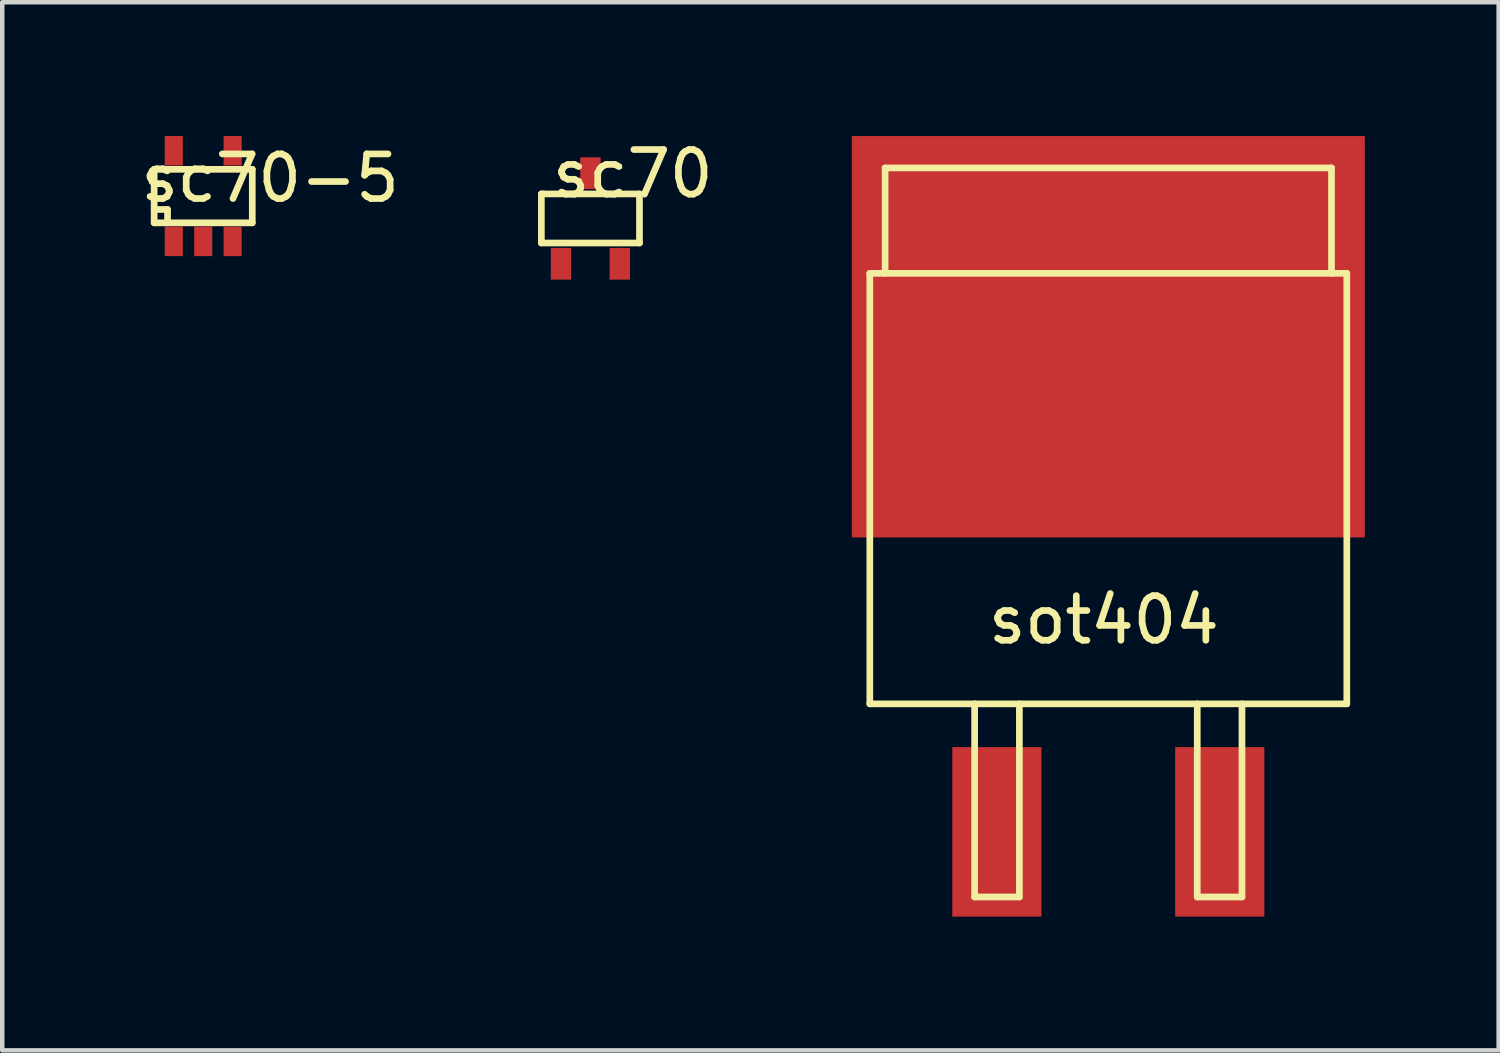
<source format=kicad_pcb>
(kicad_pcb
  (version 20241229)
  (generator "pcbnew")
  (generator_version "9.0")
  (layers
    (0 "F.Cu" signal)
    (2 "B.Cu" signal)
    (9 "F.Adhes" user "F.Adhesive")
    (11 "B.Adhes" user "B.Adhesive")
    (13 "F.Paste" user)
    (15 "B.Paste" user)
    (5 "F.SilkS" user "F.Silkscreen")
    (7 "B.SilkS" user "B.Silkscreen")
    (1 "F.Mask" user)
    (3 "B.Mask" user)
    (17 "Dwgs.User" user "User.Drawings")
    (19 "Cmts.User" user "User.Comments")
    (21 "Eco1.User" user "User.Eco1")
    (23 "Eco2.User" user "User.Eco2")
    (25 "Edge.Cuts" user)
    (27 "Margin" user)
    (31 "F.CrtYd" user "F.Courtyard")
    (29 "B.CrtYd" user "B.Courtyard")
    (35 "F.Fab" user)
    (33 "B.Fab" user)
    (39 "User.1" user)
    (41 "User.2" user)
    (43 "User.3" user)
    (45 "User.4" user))
  (footprint "sc70-5"
    (layer "F.Cu")
    (at 1.506 1.346)
    (property "Reference" "sc70-5" (at 1.5 -0.4 0) (layer "F.SilkS") (effects (font (size 1 1) (thickness 0.15))))
    (attr smd)
    (fp_line (start -1.1 -0.6) (end -1.1 0.6) (stroke (width 0.15) (type solid)) (layer "F.SilkS"))
    (fp_line (start -1.1 0.3) (end -0.8 0.3) (stroke (width 0.15) (type solid)) (layer "F.SilkS"))
    (fp_line (start -1.1 0.6) (end 1.1 0.6) (stroke (width 0.15) (type solid)) (layer "F.SilkS"))
    (fp_line (start -0.8 0.3) (end -0.8 0.6) (stroke (width 0.15) (type solid)) (layer "F.SilkS"))
    (fp_line (start 1.1 -0.6) (end -1.1 -0.6) (stroke (width 0.15) (type solid)) (layer "F.SilkS"))
    (fp_line (start 1.1 0.6) (end 1.1 -0.6) (stroke (width 0.15) (type solid)) (layer "F.SilkS"))
    (pad "1" smd rect (at -0.66 1.016) (size 0.406 0.66) (layers "F.Cu" "F.Mask" "F.Paste"))
    (pad "2" smd rect (at 0 1.016) (size 0.406 0.66) (layers "F.Cu" "F.Mask" "F.Paste"))
    (pad "3" smd rect (at 0.66 1.016) (size 0.406 0.66) (layers "F.Cu" "F.Mask" "F.Paste"))
    (pad "4" smd rect (at 0.66 -1.016) (size 0.406 0.66) (layers "F.Cu" "F.Mask" "F.Paste"))
    (pad "5" smd rect (at -0.66 -1.016) (size 0.406 0.66) (layers "F.Cu" "F.Mask" "F.Paste")))
  (footprint "sc70"
    (layer "F.Cu")
    (at 10.187 1.848)
    (property "Reference" "sc70" (at 0.95 -1 0) (layer "F.SilkS") (effects (font (size 1 1) (thickness 0.15))))
    (attr smd)
    (fp_line (start -1.1 -0.55) (end -1.1 0.55) (stroke (width 0.15) (type solid)) (layer "F.SilkS"))
    (fp_line (start -1.1 0.55) (end 1.1 0.55) (stroke (width 0.15) (type solid)) (layer "F.SilkS"))
    (fp_line (start -1.05 -0.55) (end -1.1 -0.55) (stroke (width 0.15) (type solid)) (layer "F.SilkS"))
    (fp_line (start 1.1 -0.55) (end -1.05 -0.55) (stroke (width 0.15) (type solid)) (layer "F.SilkS"))
    (fp_line (start 1.1 0.55) (end 1.1 -0.55) (stroke (width 0.15) (type solid)) (layer "F.SilkS"))
    (pad "1" smd rect (at -0.66 1.016) (size 0.457 0.711) (layers "F.Cu" "F.Mask" "F.Paste"))
    (pad "2" smd rect (at 0.66 1.016) (size 0.457 0.711) (layers "F.Cu" "F.Mask" "F.Paste"))
    (pad "3" smd rect (at 0 -1.016) (size 0.457 0.711) (layers "F.Cu" "F.Mask" "F.Paste")))
  (footprint "sot404"
    (layer "F.Cu")
    (at 21.798 10.05)
    (property "Reference" "sot404" (at -0.099 0.8 0) (layer "F.SilkS") (effects (font (size 1 1) (thickness 0.15))))
    (attr smd)
    (fp_line (start -5.347 -6.972) (end 5.347 -6.972) (stroke (width 0.15) (type solid)) (layer "F.SilkS"))
    (fp_line (start -5.347 2.68) (end -5.347 -6.972) (stroke (width 0.15) (type solid)) (layer "F.SilkS"))
    (fp_line (start -5.004 -9.335) (end 5.004 -9.335) (stroke (width 0.15) (type solid)) (layer "F.SilkS"))
    (fp_line (start -5.004 -6.972) (end -5.004 -9.335) (stroke (width 0.15) (type solid)) (layer "F.SilkS"))
    (fp_line (start -2.997 2.68) (end -2.997 7.01) (stroke (width 0.15) (type solid)) (layer "F.SilkS"))
    (fp_line (start -2.997 7.01) (end -1.994 7.01) (stroke (width 0.15) (type solid)) (layer "F.SilkS"))
    (fp_line (start -1.994 7.01) (end -1.994 2.68) (stroke (width 0.15) (type solid)) (layer "F.SilkS"))
    (fp_line (start 1.994 2.68) (end 1.994 7.01) (stroke (width 0.15) (type solid)) (layer "F.SilkS"))
    (fp_line (start 1.994 7.01) (end 2.997 7.01) (stroke (width 0.15) (type solid)) (layer "F.SilkS"))
    (fp_line (start 2.997 7.01) (end 2.997 2.68) (stroke (width 0.15) (type solid)) (layer "F.SilkS"))
    (fp_line (start 5.004 -9.335) (end 5.004 -6.972) (stroke (width 0.15) (type solid)) (layer "F.SilkS"))
    (fp_line (start 5.347 -6.972) (end 5.347 2.68) (stroke (width 0.15) (type solid)) (layer "F.SilkS"))
    (fp_line (start 5.347 2.68) (end -5.347 2.68) (stroke (width 0.15) (type solid)) (layer "F.SilkS"))
    (pad "1" smd rect (at -2.499 5.55) (size 1.999 3.8) (layers "F.Cu" "F.Mask" "F.Paste"))
    (pad "2" smd rect (at 0 -5.55) (size 11.501 8.999) (layers "F.Cu" "F.Mask" "F.Paste"))
    (pad "3" smd rect (at 2.499 5.55) (size 1.999 3.8) (layers "F.Cu" "F.Mask" "F.Paste")))
  (gr_rect
    (start -3 -3)
    (end 30.549 20.499)
    (stroke (width 0.1) (type default))
    (fill no)
    (layer "Edge.Cuts")))
</source>
